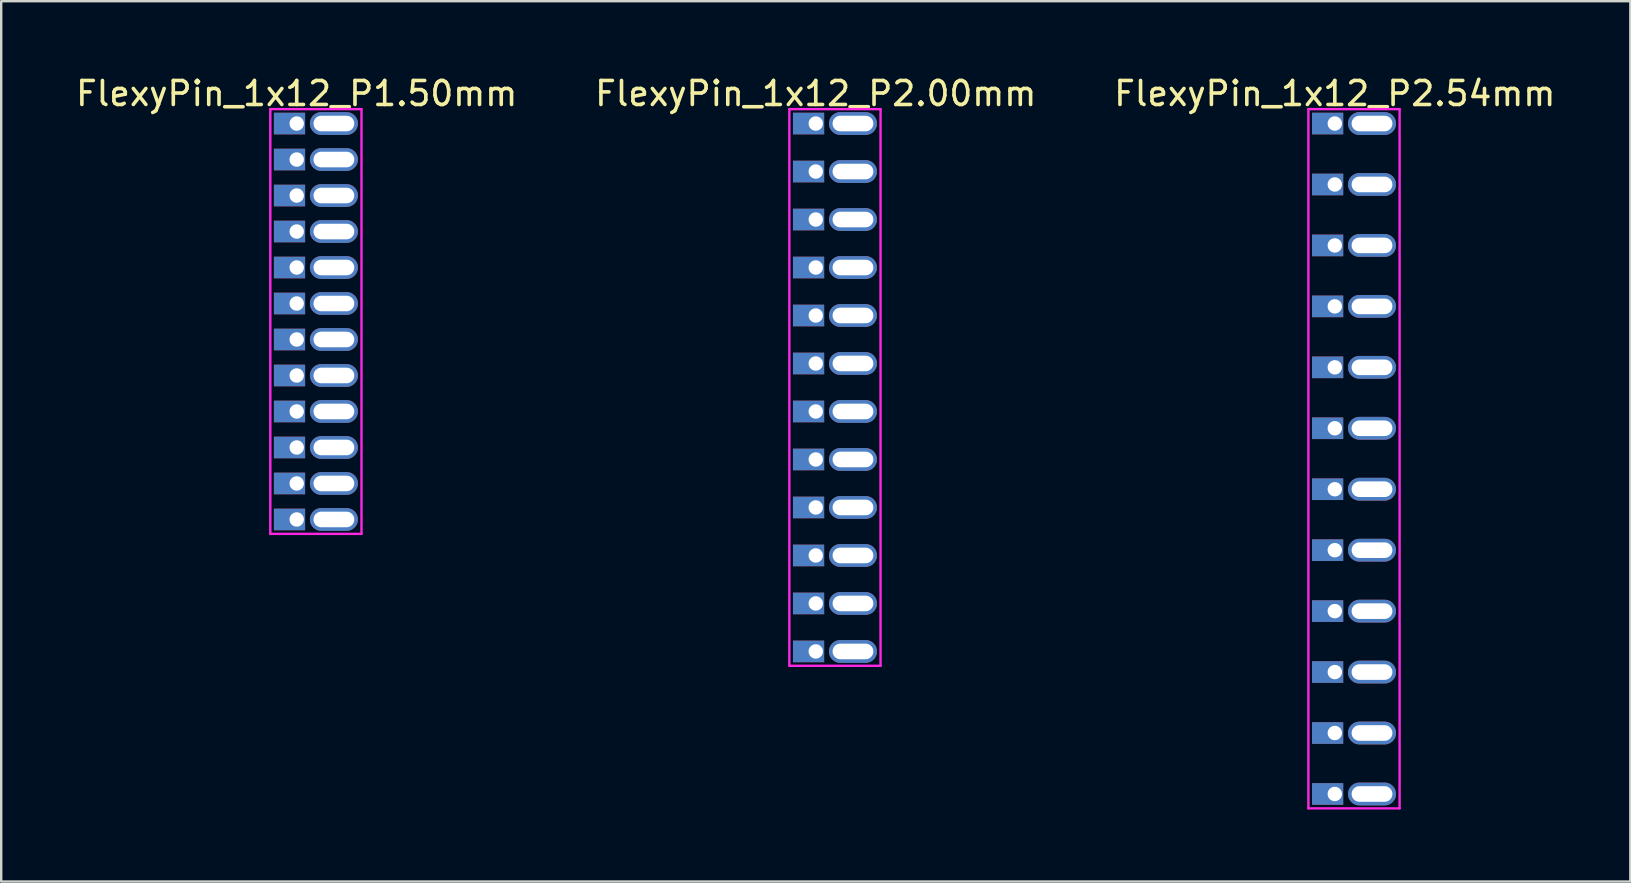
<source format=kicad_pcb>
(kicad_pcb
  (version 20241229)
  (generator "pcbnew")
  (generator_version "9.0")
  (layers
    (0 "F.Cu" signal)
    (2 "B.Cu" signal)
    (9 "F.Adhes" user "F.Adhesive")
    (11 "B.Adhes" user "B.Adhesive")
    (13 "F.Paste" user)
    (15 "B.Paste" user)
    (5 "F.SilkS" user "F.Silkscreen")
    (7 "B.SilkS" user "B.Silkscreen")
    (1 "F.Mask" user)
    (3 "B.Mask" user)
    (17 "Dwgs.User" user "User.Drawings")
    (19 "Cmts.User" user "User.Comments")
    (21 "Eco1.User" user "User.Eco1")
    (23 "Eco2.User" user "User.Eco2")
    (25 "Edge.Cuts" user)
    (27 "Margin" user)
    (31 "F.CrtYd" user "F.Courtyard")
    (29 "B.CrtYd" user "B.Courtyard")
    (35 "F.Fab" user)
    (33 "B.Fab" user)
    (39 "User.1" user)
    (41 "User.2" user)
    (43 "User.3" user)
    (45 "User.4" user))
  (footprint "FlexyPin_1x12_P1.50mm"
    (layer "F.Cu")
    (at 9.315 2.098)
    (property "Reference" "FlexyPin_1x12_P1.50mm" (at 0 -1.25 0) (layer "F.SilkS") (effects (font (size 1 1) (thickness 0.15))))
    (attr through_hole)
    (fp_line (start -1.1 -0.6) (end 2.7 -0.6) (stroke (width 0.1) (type solid)) (layer "F.CrtYd"))
    (fp_line (start -1.1 17.1) (end -1.1 -0.6) (stroke (width 0.1) (type solid)) (layer "F.CrtYd"))
    (fp_line (start 2.7 -0.6) (end 2.7 17.1) (stroke (width 0.1) (type solid)) (layer "F.CrtYd"))
    (fp_line (start 2.7 17.1) (end -1.1 17.1) (stroke (width 0.1) (type solid)) (layer "F.CrtYd"))
    (pad "" thru_hole oval (at 1.55 0) (size 2 0.95) (drill oval 1.7 0.65) (layers "*.Cu" "*.Mask"))
    (pad "" thru_hole oval (at 1.55 1.5) (size 2 0.95) (drill oval 1.7 0.65) (layers "*.Cu" "*.Mask"))
    (pad "" thru_hole oval (at 1.55 3) (size 2 0.95) (drill oval 1.7 0.65) (layers "*.Cu" "*.Mask"))
    (pad "" thru_hole oval (at 1.55 4.5) (size 2 0.95) (drill oval 1.7 0.65) (layers "*.Cu" "*.Mask"))
    (pad "" thru_hole oval (at 1.55 6) (size 2 0.95) (drill oval 1.7 0.65) (layers "*.Cu" "*.Mask"))
    (pad "" thru_hole oval (at 1.55 7.5) (size 2 0.95) (drill oval 1.7 0.65) (layers "*.Cu" "*.Mask"))
    (pad "" thru_hole oval (at 1.55 9) (size 2 0.95) (drill oval 1.7 0.65) (layers "*.Cu" "*.Mask"))
    (pad "" thru_hole oval (at 1.55 10.5) (size 2 0.95) (drill oval 1.7 0.65) (layers "*.Cu" "*.Mask"))
    (pad "" thru_hole oval (at 1.55 12) (size 2 0.95) (drill oval 1.7 0.65) (layers "*.Cu" "*.Mask"))
    (pad "" thru_hole oval (at 1.55 13.5) (size 2 0.95) (drill oval 1.7 0.65) (layers "*.Cu" "*.Mask"))
    (pad "" thru_hole oval (at 1.55 15) (size 2 0.95) (drill oval 1.7 0.65) (layers "*.Cu" "*.Mask"))
    (pad "" thru_hole oval (at 1.55 16.5) (size 2 0.95) (drill oval 1.7 0.65) (layers "*.Cu" "*.Mask"))
    (pad "1" thru_hole rect (at 0 0) (size 1.3 0.9) (drill 0.6 (offset -0.3 0)) (layers "*.Cu" "*.Mask"))
    (pad "2" thru_hole rect (at 0 1.5) (size 1.3 0.9) (drill 0.6 (offset -0.3 0)) (layers "*.Cu" "*.Mask"))
    (pad "3" thru_hole rect (at 0 3) (size 1.3 0.9) (drill 0.6 (offset -0.3 0)) (layers "*.Cu" "*.Mask"))
    (pad "4" thru_hole rect (at 0 4.5) (size 1.3 0.9) (drill 0.6 (offset -0.3 0)) (layers "*.Cu" "*.Mask"))
    (pad "5" thru_hole rect (at 0 6) (size 1.3 0.9) (drill 0.6 (offset -0.3 0)) (layers "*.Cu" "*.Mask"))
    (pad "6" thru_hole rect (at 0 7.5) (size 1.3 0.9) (drill 0.6 (offset -0.3 0)) (layers "*.Cu" "*.Mask"))
    (pad "7" thru_hole rect (at 0 9) (size 1.3 0.9) (drill 0.6 (offset -0.3 0)) (layers "*.Cu" "*.Mask"))
    (pad "8" thru_hole rect (at 0 10.5) (size 1.3 0.9) (drill 0.6 (offset -0.3 0)) (layers "*.Cu" "*.Mask"))
    (pad "9" thru_hole rect (at 0 12) (size 1.3 0.9) (drill 0.6 (offset -0.3 0)) (layers "*.Cu" "*.Mask"))
    (pad "10" thru_hole rect (at 0 13.5) (size 1.3 0.9) (drill 0.6 (offset -0.3 0)) (layers "*.Cu" "*.Mask"))
    (pad "11" thru_hole rect (at 0 15) (size 1.3 0.9) (drill 0.6 (offset -0.3 0)) (layers "*.Cu" "*.Mask"))
    (pad "12" thru_hole rect (at 0 16.5) (size 1.3 0.9) (drill 0.6 (offset -0.3 0)) (layers "*.Cu" "*.Mask")))
  (footprint "FlexyPin_1x12_P2.00mm"
    (layer "F.Cu")
    (at 30.946 2.098)
    (property "Reference" "FlexyPin_1x12_P2.00mm" (at 0 -1.25 0) (layer "F.SilkS") (effects (font (size 1 1) (thickness 0.15))))
    (attr through_hole)
    (fp_line (start -1.1 -0.6) (end 2.7 -0.6) (stroke (width 0.1) (type solid)) (layer "F.CrtYd"))
    (fp_line (start -1.1 22.6) (end -1.1 -0.6) (stroke (width 0.1) (type solid)) (layer "F.CrtYd"))
    (fp_line (start 2.7 -0.6) (end 2.7 22.6) (stroke (width 0.1) (type solid)) (layer "F.CrtYd"))
    (fp_line (start 2.7 22.6) (end -1.1 22.6) (stroke (width 0.1) (type solid)) (layer "F.CrtYd"))
    (pad "" thru_hole oval (at 1.55 0) (size 2 0.95) (drill oval 1.7 0.65) (layers "*.Cu" "*.Mask"))
    (pad "" thru_hole oval (at 1.55 2) (size 2 0.95) (drill oval 1.7 0.65) (layers "*.Cu" "*.Mask"))
    (pad "" thru_hole oval (at 1.55 4) (size 2 0.95) (drill oval 1.7 0.65) (layers "*.Cu" "*.Mask"))
    (pad "" thru_hole oval (at 1.55 6) (size 2 0.95) (drill oval 1.7 0.65) (layers "*.Cu" "*.Mask"))
    (pad "" thru_hole oval (at 1.55 8) (size 2 0.95) (drill oval 1.7 0.65) (layers "*.Cu" "*.Mask"))
    (pad "" thru_hole oval (at 1.55 10) (size 2 0.95) (drill oval 1.7 0.65) (layers "*.Cu" "*.Mask"))
    (pad "" thru_hole oval (at 1.55 12) (size 2 0.95) (drill oval 1.7 0.65) (layers "*.Cu" "*.Mask"))
    (pad "" thru_hole oval (at 1.55 14) (size 2 0.95) (drill oval 1.7 0.65) (layers "*.Cu" "*.Mask"))
    (pad "" thru_hole oval (at 1.55 16) (size 2 0.95) (drill oval 1.7 0.65) (layers "*.Cu" "*.Mask"))
    (pad "" thru_hole oval (at 1.55 18) (size 2 0.95) (drill oval 1.7 0.65) (layers "*.Cu" "*.Mask"))
    (pad "" thru_hole oval (at 1.55 20) (size 2 0.95) (drill oval 1.7 0.65) (layers "*.Cu" "*.Mask"))
    (pad "" thru_hole oval (at 1.55 22) (size 2 0.95) (drill oval 1.7 0.65) (layers "*.Cu" "*.Mask"))
    (pad "1" thru_hole rect (at 0 0) (size 1.3 0.9) (drill 0.6 (offset -0.3 0)) (layers "*.Cu" "*.Mask"))
    (pad "2" thru_hole rect (at 0 2) (size 1.3 0.9) (drill 0.6 (offset -0.3 0)) (layers "*.Cu" "*.Mask"))
    (pad "3" thru_hole rect (at 0 4) (size 1.3 0.9) (drill 0.6 (offset -0.3 0)) (layers "*.Cu" "*.Mask"))
    (pad "4" thru_hole rect (at 0 6) (size 1.3 0.9) (drill 0.6 (offset -0.3 0)) (layers "*.Cu" "*.Mask"))
    (pad "5" thru_hole rect (at 0 8) (size 1.3 0.9) (drill 0.6 (offset -0.3 0)) (layers "*.Cu" "*.Mask"))
    (pad "6" thru_hole rect (at 0 10) (size 1.3 0.9) (drill 0.6 (offset -0.3 0)) (layers "*.Cu" "*.Mask"))
    (pad "7" thru_hole rect (at 0 12) (size 1.3 0.9) (drill 0.6 (offset -0.3 0)) (layers "*.Cu" "*.Mask"))
    (pad "8" thru_hole rect (at 0 14) (size 1.3 0.9) (drill 0.6 (offset -0.3 0)) (layers "*.Cu" "*.Mask"))
    (pad "9" thru_hole rect (at 0 16) (size 1.3 0.9) (drill 0.6 (offset -0.3 0)) (layers "*.Cu" "*.Mask"))
    (pad "10" thru_hole rect (at 0 18) (size 1.3 0.9) (drill 0.6 (offset -0.3 0)) (layers "*.Cu" "*.Mask"))
    (pad "11" thru_hole rect (at 0 20) (size 1.3 0.9) (drill 0.6 (offset -0.3 0)) (layers "*.Cu" "*.Mask"))
    (pad "12" thru_hole rect (at 0 22) (size 1.3 0.9) (drill 0.6 (offset -0.3 0)) (layers "*.Cu" "*.Mask")))
  (footprint "FlexyPin_1x12_P2.54mm"
    (layer "F.Cu")
    (at 52.577 2.098)
    (property "Reference" "FlexyPin_1x12_P2.54mm" (at 0 -1.25 0) (layer "F.SilkS") (effects (font (size 1 1) (thickness 0.15))))
    (attr through_hole)
    (fp_line (start -1.1 -0.6) (end 2.7 -0.6) (stroke (width 0.1) (type solid)) (layer "F.CrtYd"))
    (fp_line (start -1.1 28.54) (end -1.1 -0.6) (stroke (width 0.1) (type solid)) (layer "F.CrtYd"))
    (fp_line (start 2.7 -0.6) (end 2.7 28.54) (stroke (width 0.1) (type solid)) (layer "F.CrtYd"))
    (fp_line (start 2.7 28.54) (end -1.1 28.54) (stroke (width 0.1) (type solid)) (layer "F.CrtYd"))
    (pad "" thru_hole oval (at 1.55 0) (size 2 0.95) (drill oval 1.7 0.65) (layers "*.Cu" "*.Mask"))
    (pad "" thru_hole oval (at 1.55 2.54) (size 2 0.95) (drill oval 1.7 0.65) (layers "*.Cu" "*.Mask"))
    (pad "" thru_hole oval (at 1.55 5.08) (size 2 0.95) (drill oval 1.7 0.65) (layers "*.Cu" "*.Mask"))
    (pad "" thru_hole oval (at 1.55 7.62) (size 2 0.95) (drill oval 1.7 0.65) (layers "*.Cu" "*.Mask"))
    (pad "" thru_hole oval (at 1.55 10.16) (size 2 0.95) (drill oval 1.7 0.65) (layers "*.Cu" "*.Mask"))
    (pad "" thru_hole oval (at 1.55 12.7) (size 2 0.95) (drill oval 1.7 0.65) (layers "*.Cu" "*.Mask"))
    (pad "" thru_hole oval (at 1.55 15.24) (size 2 0.95) (drill oval 1.7 0.65) (layers "*.Cu" "*.Mask"))
    (pad "" thru_hole oval (at 1.55 17.78) (size 2 0.95) (drill oval 1.7 0.65) (layers "*.Cu" "*.Mask"))
    (pad "" thru_hole oval (at 1.55 20.32) (size 2 0.95) (drill oval 1.7 0.65) (layers "*.Cu" "*.Mask"))
    (pad "" thru_hole oval (at 1.55 22.86) (size 2 0.95) (drill oval 1.7 0.65) (layers "*.Cu" "*.Mask"))
    (pad "" thru_hole oval (at 1.55 25.4) (size 2 0.95) (drill oval 1.7 0.65) (layers "*.Cu" "*.Mask"))
    (pad "" thru_hole oval (at 1.55 27.94) (size 2 0.95) (drill oval 1.7 0.65) (layers "*.Cu" "*.Mask"))
    (pad "1" thru_hole rect (at 0 0) (size 1.3 0.9) (drill 0.6 (offset -0.3 0)) (layers "*.Cu" "*.Mask"))
    (pad "2" thru_hole rect (at 0 2.54) (size 1.3 0.9) (drill 0.6 (offset -0.3 0)) (layers "*.Cu" "*.Mask"))
    (pad "3" thru_hole rect (at 0 5.08) (size 1.3 0.9) (drill 0.6 (offset -0.3 0)) (layers "*.Cu" "*.Mask"))
    (pad "4" thru_hole rect (at 0 7.62) (size 1.3 0.9) (drill 0.6 (offset -0.3 0)) (layers "*.Cu" "*.Mask"))
    (pad "5" thru_hole rect (at 0 10.16) (size 1.3 0.9) (drill 0.6 (offset -0.3 0)) (layers "*.Cu" "*.Mask"))
    (pad "6" thru_hole rect (at 0 12.7) (size 1.3 0.9) (drill 0.6 (offset -0.3 0)) (layers "*.Cu" "*.Mask"))
    (pad "7" thru_hole rect (at 0 15.24) (size 1.3 0.9) (drill 0.6 (offset -0.3 0)) (layers "*.Cu" "*.Mask"))
    (pad "8" thru_hole rect (at 0 17.78) (size 1.3 0.9) (drill 0.6 (offset -0.3 0)) (layers "*.Cu" "*.Mask"))
    (pad "9" thru_hole rect (at 0 20.32) (size 1.3 0.9) (drill 0.6 (offset -0.3 0)) (layers "*.Cu" "*.Mask"))
    (pad "10" thru_hole rect (at 0 22.86) (size 1.3 0.9) (drill 0.6 (offset -0.3 0)) (layers "*.Cu" "*.Mask"))
    (pad "11" thru_hole rect (at 0 25.4) (size 1.3 0.9) (drill 0.6 (offset -0.3 0)) (layers "*.Cu" "*.Mask"))
    (pad "12" thru_hole rect (at 0 27.94) (size 1.3 0.9) (drill 0.6 (offset -0.3 0)) (layers "*.Cu" "*.Mask")))
  (gr_rect
    (start -3 -3)
    (end 64.893 33.688)
    (stroke (width 0.1) (type default))
    (fill no)
    (layer "Edge.Cuts")))
</source>
